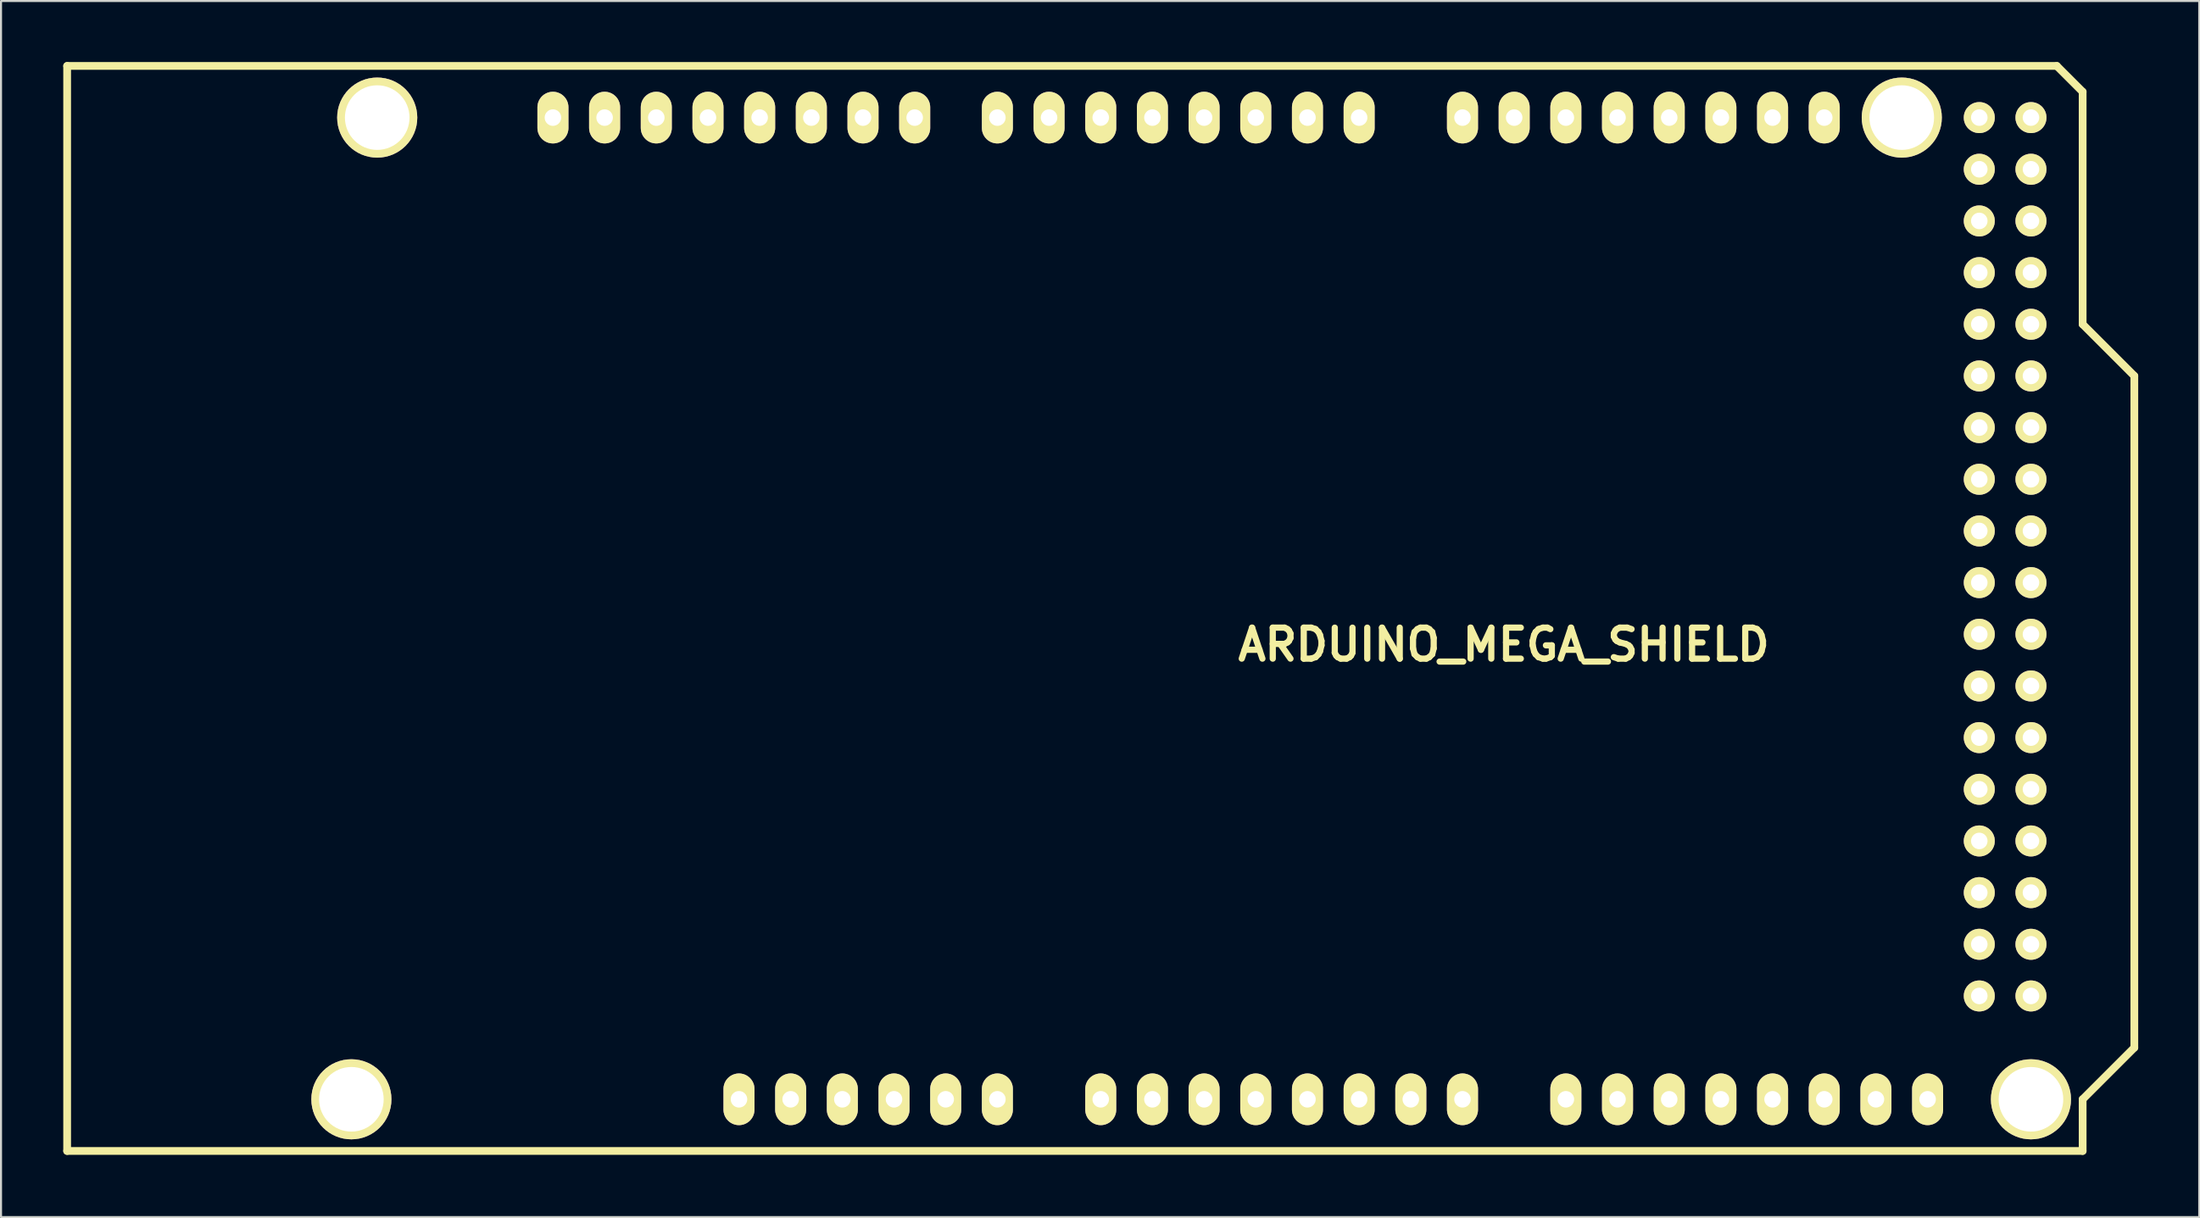
<source format=kicad_pcb>
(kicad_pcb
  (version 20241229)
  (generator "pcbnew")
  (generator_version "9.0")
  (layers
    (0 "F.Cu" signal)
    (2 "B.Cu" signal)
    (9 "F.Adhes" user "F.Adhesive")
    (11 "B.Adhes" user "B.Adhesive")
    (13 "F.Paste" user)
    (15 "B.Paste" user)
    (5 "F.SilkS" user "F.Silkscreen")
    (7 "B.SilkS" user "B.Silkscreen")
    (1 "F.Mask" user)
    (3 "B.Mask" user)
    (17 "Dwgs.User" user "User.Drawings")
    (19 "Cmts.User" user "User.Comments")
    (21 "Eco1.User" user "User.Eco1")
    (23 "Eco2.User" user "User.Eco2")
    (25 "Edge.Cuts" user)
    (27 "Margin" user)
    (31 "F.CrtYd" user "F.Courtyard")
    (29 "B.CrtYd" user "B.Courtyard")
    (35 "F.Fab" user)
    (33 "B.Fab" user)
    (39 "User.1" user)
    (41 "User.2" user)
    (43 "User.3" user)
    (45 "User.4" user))
  (footprint "ARDUINO_MEGA_SHIELD"
    (layer "F.Cu")
    (at 0.25 53.531)
    (property "Reference" "ARDUINO_MEGA_SHIELD" (at 70.612 -24.892 0) (layer "F.SilkS") (effects (font (size 1.524 1.524) (thickness 0.305))))
    (attr through_hole)
    (fp_line (start 0 0) (end 0 -53.34) (stroke (width 0.381) (type solid)) (layer "F.SilkS"))
    (fp_line (start 97.79 -53.34) (end 0 -53.34) (stroke (width 0.381) (type solid)) (layer "F.SilkS"))
    (fp_line (start 99.06 -52.07) (end 97.79 -53.34) (stroke (width 0.381) (type solid)) (layer "F.SilkS"))
    (fp_line (start 99.06 -40.64) (end 99.06 -52.07) (stroke (width 0.381) (type solid)) (layer "F.SilkS"))
    (fp_line (start 99.06 -40.64) (end 101.6 -38.1) (stroke (width 0.381) (type solid)) (layer "F.SilkS"))
    (fp_line (start 99.06 -2.54) (end 99.06 0) (stroke (width 0.381) (type solid)) (layer "F.SilkS"))
    (fp_line (start 99.06 0) (end 0 0) (stroke (width 0.381) (type solid)) (layer "F.SilkS"))
    (fp_line (start 101.6 -38.1) (end 101.6 -5.08) (stroke (width 0.381) (type solid)) (layer "F.SilkS"))
    (fp_line (start 101.6 -5.08) (end 99.06 -2.54) (stroke (width 0.381) (type solid)) (layer "F.SilkS"))
    (pad "" thru_hole circle (at 13.97 -2.54 90) (size 3.937 3.937) (drill 3.175) (layers "*.Cu" "*.Mask" "F.SilkS"))
    (pad "" thru_hole circle (at 15.24 -50.8 90) (size 3.937 3.937) (drill 3.175) (layers "*.Cu" "*.Mask" "F.SilkS"))
    (pad "" thru_hole circle (at 90.17 -50.8 90) (size 3.937 3.937) (drill 3.175) (layers "*.Cu" "*.Mask" "F.SilkS"))
    (pad "" thru_hole circle (at 96.52 -2.54 90) (size 3.937 3.937) (drill 3.175) (layers "*.Cu" "*.Mask" "F.SilkS"))
    (pad "0" thru_hole oval (at 63.5 -50.8 90) (size 2.54 1.524) (drill 0.813) (layers "*.Cu" "*.Mask" "F.SilkS"))
    (pad "1" thru_hole oval (at 60.96 -50.8 90) (size 2.54 1.524) (drill 0.813) (layers "*.Cu" "*.Mask" "F.SilkS"))
    (pad "2" thru_hole oval (at 58.42 -50.8 90) (size 2.54 1.524) (drill 0.813) (layers "*.Cu" "*.Mask" "F.SilkS"))
    (pad "3" thru_hole oval (at 55.88 -50.8 90) (size 2.54 1.524) (drill 0.813) (layers "*.Cu" "*.Mask" "F.SilkS"))
    (pad "3V3" thru_hole oval (at 35.56 -2.54 90) (size 2.54 1.524) (drill 0.813) (layers "*.Cu" "*.Mask" "F.SilkS"))
    (pad "4" thru_hole oval (at 53.34 -50.8 90) (size 2.54 1.524) (drill 0.813) (layers "*.Cu" "*.Mask" "F.SilkS"))
    (pad "5" thru_hole oval (at 50.8 -50.8 90) (size 2.54 1.524) (drill 0.813) (layers "*.Cu" "*.Mask" "F.SilkS"))
    (pad "5V" thru_hole oval (at 38.1 -2.54 90) (size 2.54 1.524) (drill 0.813) (layers "*.Cu" "*.Mask" "F.SilkS"))
    (pad "5V_4" thru_hole circle (at 93.98 -50.8) (size 1.524 1.524) (drill 0.813) (layers "*.Cu" "*.Mask" "F.SilkS"))
    (pad "5V_5" thru_hole circle (at 96.52 -50.8) (size 1.524 1.524) (drill 0.813) (layers "*.Cu" "*.Mask" "F.SilkS"))
    (pad "6" thru_hole oval (at 48.26 -50.8 90) (size 2.54 1.524) (drill 0.813) (layers "*.Cu" "*.Mask" "F.SilkS"))
    (pad "7" thru_hole oval (at 45.72 -50.8 90) (size 2.54 1.524) (drill 0.813) (layers "*.Cu" "*.Mask" "F.SilkS"))
    (pad "8" thru_hole oval (at 41.656 -50.8 90) (size 2.54 1.524) (drill 0.813) (layers "*.Cu" "*.Mask" "F.SilkS"))
    (pad "9" thru_hole oval (at 39.116 -50.8 90) (size 2.54 1.524) (drill 0.813) (layers "*.Cu" "*.Mask" "F.SilkS"))
    (pad "10" thru_hole oval (at 36.576 -50.8 90) (size 2.54 1.524) (drill 0.813) (layers "*.Cu" "*.Mask" "F.SilkS"))
    (pad "11" thru_hole oval (at 34.036 -50.8 90) (size 2.54 1.524) (drill 0.813) (layers "*.Cu" "*.Mask" "F.SilkS"))
    (pad "12" thru_hole oval (at 31.496 -50.8 90) (size 2.54 1.524) (drill 0.813) (layers "*.Cu" "*.Mask" "F.SilkS"))
    (pad "13" thru_hole oval (at 28.956 -50.8 90) (size 2.54 1.524) (drill 0.813) (layers "*.Cu" "*.Mask" "F.SilkS"))
    (pad "14" thru_hole oval (at 68.58 -50.8 90) (size 2.54 1.524) (drill 0.813) (layers "*.Cu" "*.Mask" "F.SilkS"))
    (pad "15" thru_hole oval (at 71.12 -50.8 90) (size 2.54 1.524) (drill 0.813) (layers "*.Cu" "*.Mask" "F.SilkS"))
    (pad "16" thru_hole oval (at 73.66 -50.8 90) (size 2.54 1.524) (drill 0.813) (layers "*.Cu" "*.Mask" "F.SilkS"))
    (pad "17" thru_hole oval (at 76.2 -50.8 90) (size 2.54 1.524) (drill 0.813) (layers "*.Cu" "*.Mask" "F.SilkS"))
    (pad "18" thru_hole oval (at 78.74 -50.8 90) (size 2.54 1.524) (drill 0.813) (layers "*.Cu" "*.Mask" "F.SilkS"))
    (pad "19" thru_hole oval (at 81.28 -50.8 90) (size 2.54 1.524) (drill 0.813) (layers "*.Cu" "*.Mask" "F.SilkS"))
    (pad "20" thru_hole oval (at 83.82 -50.8 90) (size 2.54 1.524) (drill 0.813) (layers "*.Cu" "*.Mask" "F.SilkS"))
    (pad "21" thru_hole oval (at 86.36 -50.8 90) (size 2.54 1.524) (drill 0.813) (layers "*.Cu" "*.Mask" "F.SilkS"))
    (pad "22" thru_hole circle (at 93.98 -48.26) (size 1.524 1.524) (drill 0.813) (layers "*.Cu" "*.Mask" "F.SilkS"))
    (pad "23" thru_hole circle (at 96.52 -48.26) (size 1.524 1.524) (drill 0.813) (layers "*.Cu" "*.Mask" "F.SilkS"))
    (pad "24" thru_hole circle (at 93.98 -45.72) (size 1.524 1.524) (drill 0.813) (layers "*.Cu" "*.Mask" "F.SilkS"))
    (pad "25" thru_hole circle (at 96.52 -45.72) (size 1.524 1.524) (drill 0.813) (layers "*.Cu" "*.Mask" "F.SilkS"))
    (pad "26" thru_hole circle (at 93.98 -43.18) (size 1.524 1.524) (drill 0.813) (layers "*.Cu" "*.Mask" "F.SilkS"))
    (pad "27" thru_hole circle (at 96.52 -43.18) (size 1.524 1.524) (drill 0.813) (layers "*.Cu" "*.Mask" "F.SilkS"))
    (pad "28" thru_hole circle (at 93.98 -40.64) (size 1.524 1.524) (drill 0.813) (layers "*.Cu" "*.Mask" "F.SilkS"))
    (pad "29" thru_hole circle (at 96.52 -40.64) (size 1.524 1.524) (drill 0.813) (layers "*.Cu" "*.Mask" "F.SilkS"))
    (pad "30" thru_hole circle (at 93.98 -38.1) (size 1.524 1.524) (drill 0.813) (layers "*.Cu" "*.Mask" "F.SilkS"))
    (pad "31" thru_hole circle (at 96.52 -38.1) (size 1.524 1.524) (drill 0.813) (layers "*.Cu" "*.Mask" "F.SilkS"))
    (pad "32" thru_hole circle (at 93.98 -35.56) (size 1.524 1.524) (drill 0.813) (layers "*.Cu" "*.Mask" "F.SilkS"))
    (pad "33" thru_hole circle (at 96.52 -35.56) (size 1.524 1.524) (drill 0.813) (layers "*.Cu" "*.Mask" "F.SilkS"))
    (pad "34" thru_hole circle (at 93.98 -33.02) (size 1.524 1.524) (drill 0.813) (layers "*.Cu" "*.Mask" "F.SilkS"))
    (pad "35" thru_hole circle (at 96.52 -33.02) (size 1.524 1.524) (drill 0.813) (layers "*.Cu" "*.Mask" "F.SilkS"))
    (pad "36" thru_hole circle (at 93.98 -30.48) (size 1.524 1.524) (drill 0.813) (layers "*.Cu" "*.Mask" "F.SilkS"))
    (pad "37" thru_hole circle (at 96.52 -30.48) (size 1.524 1.524) (drill 0.813) (layers "*.Cu" "*.Mask" "F.SilkS"))
    (pad "38" thru_hole circle (at 93.98 -27.94) (size 1.524 1.524) (drill 0.813) (layers "*.Cu" "*.Mask" "F.SilkS"))
    (pad "39" thru_hole circle (at 96.52 -27.94) (size 1.524 1.524) (drill 0.813) (layers "*.Cu" "*.Mask" "F.SilkS"))
    (pad "40" thru_hole circle (at 93.98 -25.4) (size 1.524 1.524) (drill 0.813) (layers "*.Cu" "*.Mask" "F.SilkS"))
    (pad "41" thru_hole circle (at 96.52 -25.4) (size 1.524 1.524) (drill 0.813) (layers "*.Cu" "*.Mask" "F.SilkS"))
    (pad "42" thru_hole circle (at 93.98 -22.86) (size 1.524 1.524) (drill 0.813) (layers "*.Cu" "*.Mask" "F.SilkS"))
    (pad "43" thru_hole circle (at 96.52 -22.86) (size 1.524 1.524) (drill 0.813) (layers "*.Cu" "*.Mask" "F.SilkS"))
    (pad "44" thru_hole circle (at 93.98 -20.32) (size 1.524 1.524) (drill 0.813) (layers "*.Cu" "*.Mask" "F.SilkS"))
    (pad "45" thru_hole circle (at 96.52 -20.32) (size 1.524 1.524) (drill 0.813) (layers "*.Cu" "*.Mask" "F.SilkS"))
    (pad "46" thru_hole circle (at 93.98 -17.78) (size 1.524 1.524) (drill 0.813) (layers "*.Cu" "*.Mask" "F.SilkS"))
    (pad "47" thru_hole circle (at 96.52 -17.78) (size 1.524 1.524) (drill 0.813) (layers "*.Cu" "*.Mask" "F.SilkS"))
    (pad "48" thru_hole circle (at 93.98 -15.24) (size 1.524 1.524) (drill 0.813) (layers "*.Cu" "*.Mask" "F.SilkS"))
    (pad "49" thru_hole circle (at 96.52 -15.24) (size 1.524 1.524) (drill 0.813) (layers "*.Cu" "*.Mask" "F.SilkS"))
    (pad "50" thru_hole circle (at 93.98 -12.7) (size 1.524 1.524) (drill 0.813) (layers "*.Cu" "*.Mask" "F.SilkS"))
    (pad "51" thru_hole circle (at 96.52 -12.7) (size 1.524 1.524) (drill 0.813) (layers "*.Cu" "*.Mask" "F.SilkS"))
    (pad "52" thru_hole circle (at 93.98 -10.16) (size 1.524 1.524) (drill 0.813) (layers "*.Cu" "*.Mask" "F.SilkS"))
    (pad "53" thru_hole circle (at 96.52 -10.16) (size 1.524 1.524) (drill 0.813) (layers "*.Cu" "*.Mask" "F.SilkS"))
    (pad "AD0" thru_hole oval (at 50.8 -2.54 90) (size 2.54 1.524) (drill 0.813) (layers "*.Cu" "*.Mask" "F.SilkS"))
    (pad "AD1" thru_hole oval (at 53.34 -2.54 90) (size 2.54 1.524) (drill 0.813) (layers "*.Cu" "*.Mask" "F.SilkS"))
    (pad "AD2" thru_hole oval (at 55.88 -2.54 90) (size 2.54 1.524) (drill 0.813) (layers "*.Cu" "*.Mask" "F.SilkS"))
    (pad "AD3" thru_hole oval (at 58.42 -2.54 90) (size 2.54 1.524) (drill 0.813) (layers "*.Cu" "*.Mask" "F.SilkS"))
    (pad "AD4" thru_hole oval (at 60.96 -2.54 90) (size 2.54 1.524) (drill 0.813) (layers "*.Cu" "*.Mask" "F.SilkS"))
    (pad "AD5" thru_hole oval (at 63.5 -2.54 90) (size 2.54 1.524) (drill 0.813) (layers "*.Cu" "*.Mask" "F.SilkS"))
    (pad "AD6" thru_hole oval (at 66.04 -2.54 90) (size 2.54 1.524) (drill 0.813) (layers "*.Cu" "*.Mask" "F.SilkS"))
    (pad "AD7" thru_hole oval (at 68.58 -2.54 90) (size 2.54 1.524) (drill 0.813) (layers "*.Cu" "*.Mask" "F.SilkS"))
    (pad "AD8" thru_hole oval (at 73.66 -2.54 90) (size 2.54 1.524) (drill 0.813) (layers "*.Cu" "*.Mask" "F.SilkS"))
    (pad "AD9" thru_hole oval (at 76.2 -2.54 90) (size 2.54 1.524) (drill 0.813) (layers "*.Cu" "*.Mask" "F.SilkS"))
    (pad "AD10" thru_hole oval (at 78.74 -2.54 90) (size 2.54 1.524) (drill 0.813) (layers "*.Cu" "*.Mask" "F.SilkS"))
    (pad "AD11" thru_hole oval (at 81.28 -2.54 90) (size 2.54 1.524) (drill 0.813) (layers "*.Cu" "*.Mask" "F.SilkS"))
    (pad "AD12" thru_hole oval (at 83.82 -2.54 90) (size 2.54 1.524) (drill 0.813) (layers "*.Cu" "*.Mask" "F.SilkS"))
    (pad "AD13" thru_hole oval (at 86.36 -2.54 90) (size 2.54 1.524) (drill 0.813) (layers "*.Cu" "*.Mask" "F.SilkS"))
    (pad "AD14" thru_hole oval (at 88.9 -2.54 90) (size 2.54 1.524) (drill 0.813) (layers "*.Cu" "*.Mask" "F.SilkS"))
    (pad "AD15" thru_hole oval (at 91.44 -2.54 90) (size 2.54 1.524) (drill 0.813) (layers "*.Cu" "*.Mask" "F.SilkS"))
    (pad "AREF" thru_hole oval (at 23.876 -50.8 90) (size 2.54 1.524) (drill 0.813) (layers "*.Cu" "*.Mask" "F.SilkS"))
    (pad "GND1" thru_hole oval (at 40.64 -2.54 90) (size 2.54 1.524) (drill 0.813) (layers "*.Cu" "*.Mask" "F.SilkS"))
    (pad "GND2" thru_hole oval (at 43.18 -2.54 90) (size 2.54 1.524) (drill 0.813) (layers "*.Cu" "*.Mask" "F.SilkS"))
    (pad "GND3" thru_hole oval (at 26.416 -50.8 90) (size 2.54 1.524) (drill 0.813) (layers "*.Cu" "*.Mask" "F.SilkS"))
    (pad "GND4" thru_hole circle (at 93.98 -7.62) (size 1.524 1.524) (drill 0.813) (layers "*.Cu" "*.Mask" "F.SilkS"))
    (pad "GND5" thru_hole circle (at 96.52 -7.62) (size 1.524 1.524) (drill 0.813) (layers "*.Cu" "*.Mask" "F.SilkS"))
    (pad "RST" thru_hole oval (at 33.02 -2.54 90) (size 2.54 1.524) (drill 0.813) (layers "*.Cu" "*.Mask" "F.SilkS"))
    (pad "V_IN" thru_hole oval (at 45.72 -2.54 90) (size 2.54 1.524) (drill 0.813) (layers "*.Cu" "*.Mask" "F.SilkS")))
  (gr_rect
    (start -3 -3)
    (end 105.04 56.781)
    (stroke (width 0.1) (type default))
    (fill no)
    (layer "Edge.Cuts")))
</source>
